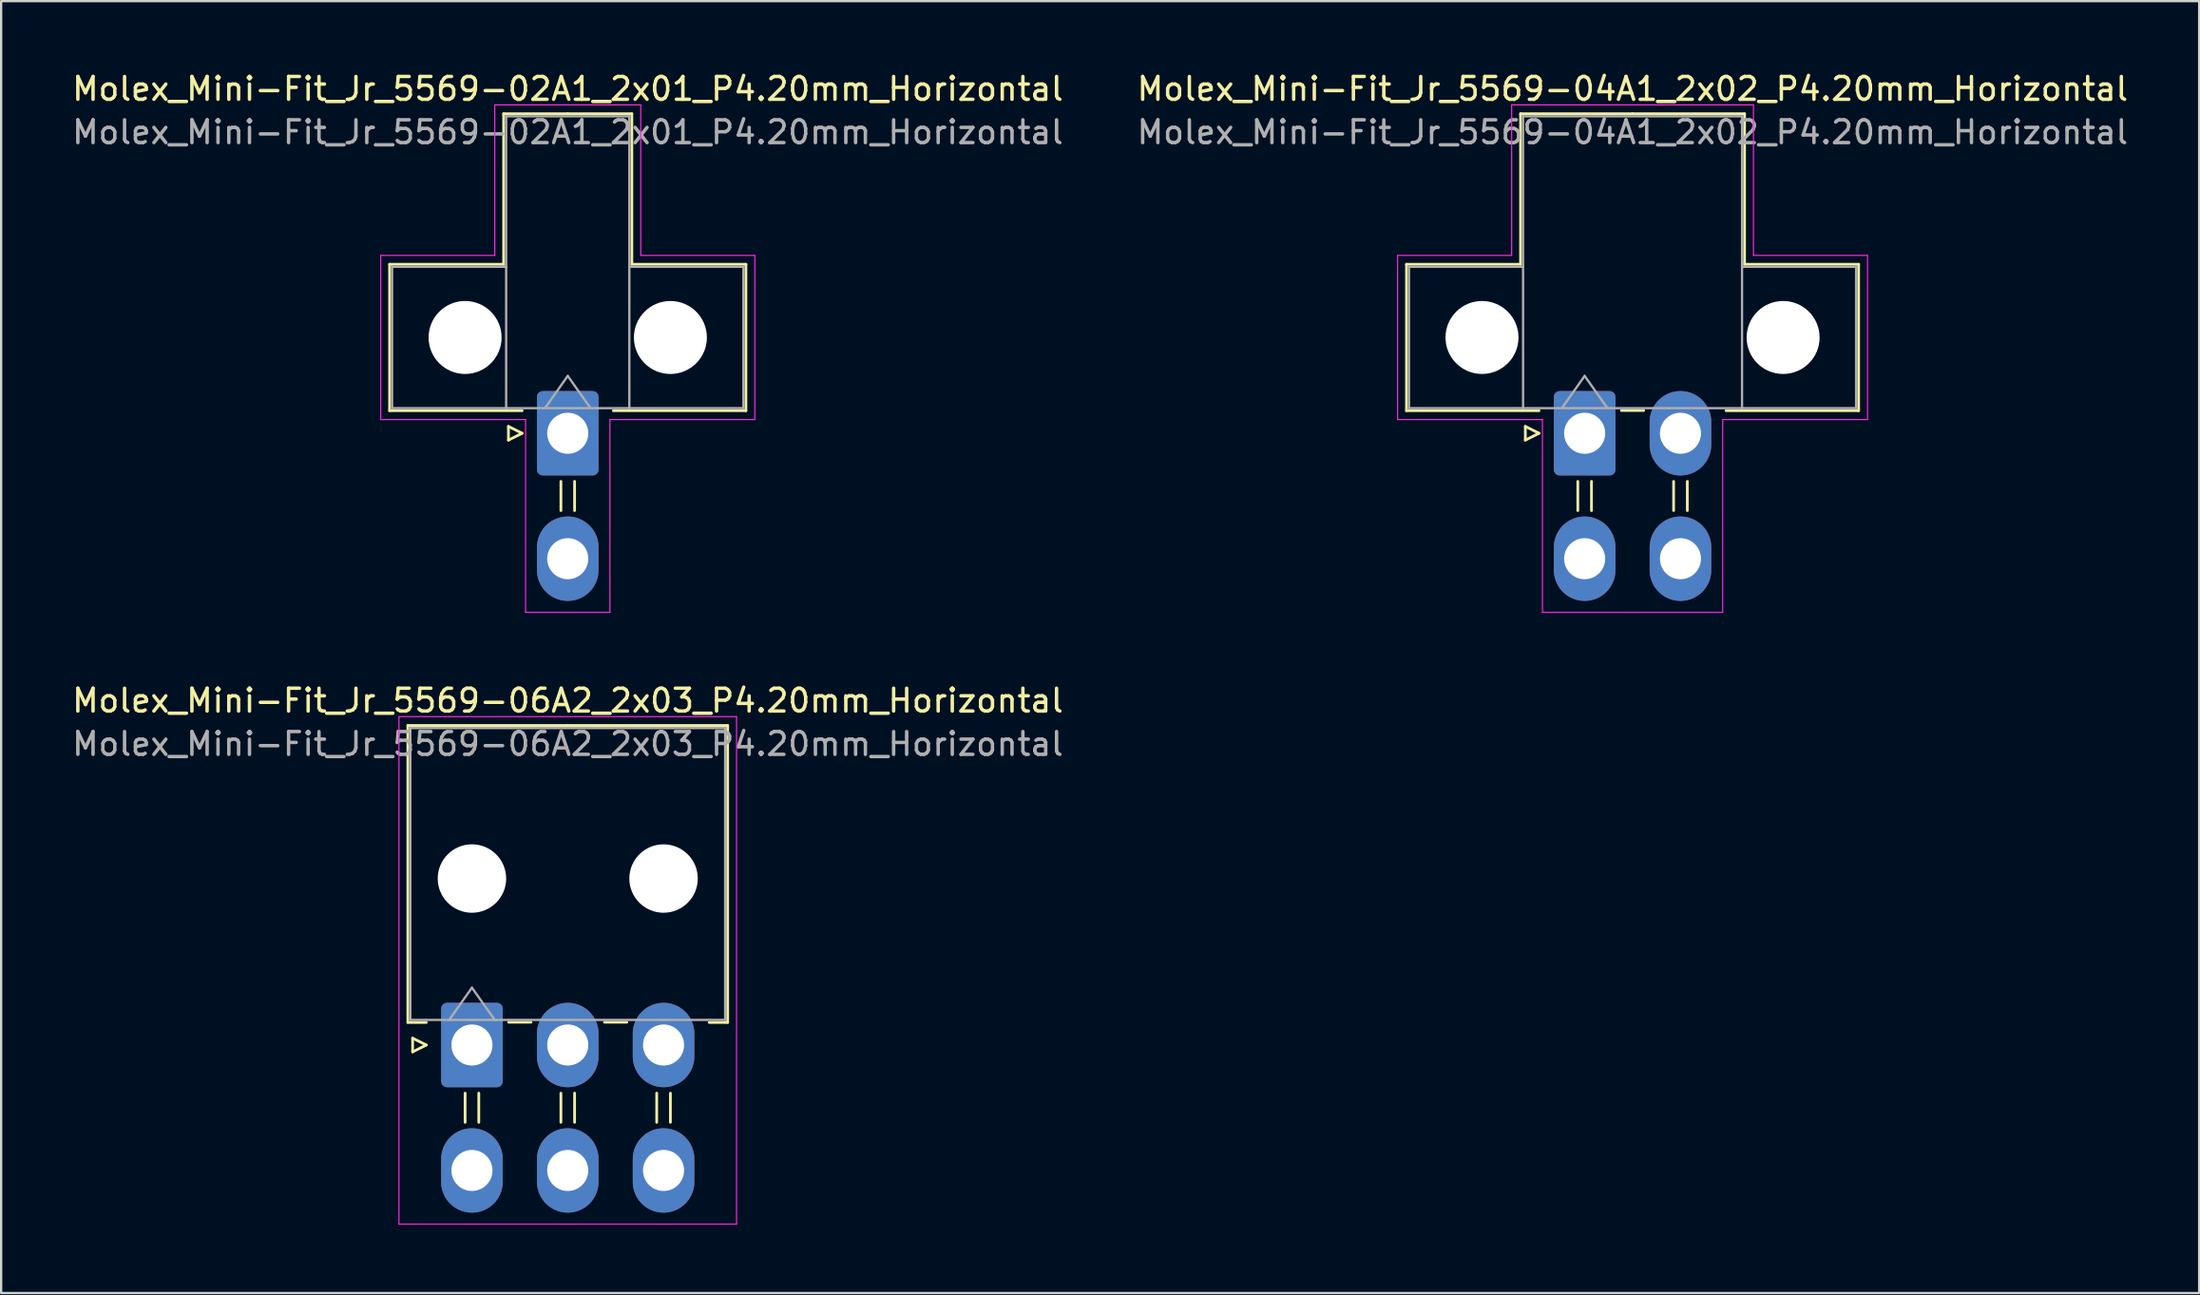
<source format=kicad_pcb>
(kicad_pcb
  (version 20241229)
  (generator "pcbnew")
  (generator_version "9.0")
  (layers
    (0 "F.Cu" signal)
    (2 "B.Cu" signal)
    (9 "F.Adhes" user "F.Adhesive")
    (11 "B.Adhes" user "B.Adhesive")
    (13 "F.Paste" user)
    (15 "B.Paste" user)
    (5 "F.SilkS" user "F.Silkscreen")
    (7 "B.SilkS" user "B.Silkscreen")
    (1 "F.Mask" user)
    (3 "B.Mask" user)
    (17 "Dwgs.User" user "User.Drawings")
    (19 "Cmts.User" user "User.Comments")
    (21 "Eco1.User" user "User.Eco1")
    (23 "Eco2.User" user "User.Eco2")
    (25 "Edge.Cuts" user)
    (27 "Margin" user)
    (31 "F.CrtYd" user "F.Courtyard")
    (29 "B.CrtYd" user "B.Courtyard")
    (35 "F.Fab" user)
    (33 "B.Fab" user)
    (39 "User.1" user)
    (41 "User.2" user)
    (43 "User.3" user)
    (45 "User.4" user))
  (footprint "Molex_Mini-Fit_Jr_5569-06A2_2x03_P4.20mm_Horizontal"
    (layer "F.Cu")
    (at 17.639 42.772)
    (property "Reference" "Molex_Mini-Fit_Jr_5569-06A2_2x03_P4.20mm_Horizontal" (at 4.2 -15.1 0) (layer "F.SilkS") (effects (font (size 1 1) (thickness 0.15))))
    (attr through_hole)
    (fp_line (start -2.81 -14.01) (end 4.2 -14.01) (stroke (width 0.12) (type solid)) (layer "F.SilkS"))
    (fp_line (start -2.81 -0.99) (end -2.81 -14.01) (stroke (width 0.12) (type solid)) (layer "F.SilkS"))
    (fp_line (start -2.6 -0.3) (end -2 0) (stroke (width 0.12) (type solid)) (layer "F.SilkS"))
    (fp_line (start -2.6 0.3) (end -2.6 -0.3) (stroke (width 0.12) (type solid)) (layer "F.SilkS"))
    (fp_line (start -2 -0.99) (end -2.81 -0.99) (stroke (width 0.12) (type solid)) (layer "F.SilkS"))
    (fp_line (start -2 0) (end -2.6 0.3) (stroke (width 0.12) (type solid)) (layer "F.SilkS"))
    (fp_line (start -0.3 2.11) (end -0.3 3.39) (stroke (width 0.12) (type solid)) (layer "F.SilkS"))
    (fp_line (start 0.3 2.11) (end 0.3 3.39) (stroke (width 0.12) (type solid)) (layer "F.SilkS"))
    (fp_line (start 1.61 -1) (end 2.59 -1) (stroke (width 0.12) (type solid)) (layer "F.SilkS"))
    (fp_line (start 3.9 2.11) (end 3.9 3.39) (stroke (width 0.12) (type solid)) (layer "F.SilkS"))
    (fp_line (start 4.5 2.11) (end 4.5 3.39) (stroke (width 0.12) (type solid)) (layer "F.SilkS"))
    (fp_line (start 5.81 -1) (end 6.79 -1) (stroke (width 0.12) (type solid)) (layer "F.SilkS"))
    (fp_line (start 8.1 2.11) (end 8.1 3.39) (stroke (width 0.12) (type solid)) (layer "F.SilkS"))
    (fp_line (start 8.7 2.11) (end 8.7 3.39) (stroke (width 0.12) (type solid)) (layer "F.SilkS"))
    (fp_line (start 10.4 -0.99) (end 11.21 -0.99) (stroke (width 0.12) (type solid)) (layer "F.SilkS"))
    (fp_line (start 11.21 -14.01) (end 4.2 -14.01) (stroke (width 0.12) (type solid)) (layer "F.SilkS"))
    (fp_line (start 11.21 -0.99) (end 11.21 -14.01) (stroke (width 0.12) (type solid)) (layer "F.SilkS"))
    (fp_line (start -3.2 -14.4) (end -3.2 7.85) (stroke (width 0.05) (type solid)) (layer "F.CrtYd"))
    (fp_line (start -3.2 7.85) (end 11.6 7.85) (stroke (width 0.05) (type solid)) (layer "F.CrtYd"))
    (fp_line (start 11.6 -14.4) (end -3.2 -14.4) (stroke (width 0.05) (type solid)) (layer "F.CrtYd"))
    (fp_line (start 11.6 7.85) (end 11.6 -14.4) (stroke (width 0.05) (type solid)) (layer "F.CrtYd"))
    (fp_line (start -2.7 -13.9) (end -2.7 -1.1) (stroke (width 0.1) (type solid)) (layer "F.Fab"))
    (fp_line (start -2.7 -1.1) (end 11.1 -1.1) (stroke (width 0.1) (type solid)) (layer "F.Fab"))
    (fp_line (start -1 -1.1) (end 0 -2.514) (stroke (width 0.1) (type solid)) (layer "F.Fab"))
    (fp_line (start 0 -2.514) (end 1 -1.1) (stroke (width 0.1) (type solid)) (layer "F.Fab"))
    (fp_line (start 11.1 -13.9) (end -2.7 -13.9) (stroke (width 0.1) (type solid)) (layer "F.Fab"))
    (fp_line (start 11.1 -1.1) (end 11.1 -13.9) (stroke (width 0.1) (type solid)) (layer "F.Fab"))
    (fp_text user "${REFERENCE}" (at 4.2 -13.2 0) (layer "F.Fab") (effects (font (size 1 1) (thickness 0.15))))
    (pad "" np_thru_hole circle (at 0 -7.3) (size 3 3) (drill 3) (layers "*.Cu" "*.Mask"))
    (pad "" np_thru_hole circle (at 8.4 -7.3) (size 3 3) (drill 3) (layers "*.Cu" "*.Mask"))
    (pad "1" thru_hole roundrect (at 0 0) (size 2.7 3.7) (drill 1.8) (layers "*.Cu" "*.Mask") (roundrect_rratio 0.093))
    (pad "2" thru_hole oval (at 4.2 0) (size 2.7 3.7) (drill 1.8) (layers "*.Cu" "*.Mask"))
    (pad "3" thru_hole oval (at 8.4 0) (size 2.7 3.7) (drill 1.8) (layers "*.Cu" "*.Mask"))
    (pad "4" thru_hole oval (at 0 5.5) (size 2.7 3.7) (drill 1.8) (layers "*.Cu" "*.Mask"))
    (pad "5" thru_hole oval (at 4.2 5.5) (size 2.7 3.7) (drill 1.8) (layers "*.Cu" "*.Mask"))
    (pad "6" thru_hole oval (at 8.4 5.5) (size 2.7 3.7) (drill 1.8) (layers "*.Cu" "*.Mask")))
  (footprint "Molex_Mini-Fit_Jr_5569-02A1_2x01_P4.20mm_Horizontal"
    (layer "F.Cu")
    (at 21.839 15.948)
    (property "Reference" "Molex_Mini-Fit_Jr_5569-02A1_2x01_P4.20mm_Horizontal" (at 0 -15.1 0) (layer "F.SilkS") (effects (font (size 1 1) (thickness 0.15))))
    (attr through_hole)
    (fp_line (start -7.81 -7.41) (end -7.81 -0.99) (stroke (width 0.12) (type solid)) (layer "F.SilkS"))
    (fp_line (start -7.81 -0.99) (end -2 -0.99) (stroke (width 0.12) (type solid)) (layer "F.SilkS"))
    (fp_line (start -2.81 -14.01) (end -2.81 -7.41) (stroke (width 0.12) (type solid)) (layer "F.SilkS"))
    (fp_line (start -2.81 -7.41) (end -7.81 -7.41) (stroke (width 0.12) (type solid)) (layer "F.SilkS"))
    (fp_line (start -2.6 -0.3) (end -2 0) (stroke (width 0.12) (type solid)) (layer "F.SilkS"))
    (fp_line (start -2.6 0.3) (end -2.6 -0.3) (stroke (width 0.12) (type solid)) (layer "F.SilkS"))
    (fp_line (start -2 0) (end -2.6 0.3) (stroke (width 0.12) (type solid)) (layer "F.SilkS"))
    (fp_line (start -0.3 2.11) (end -0.3 3.39) (stroke (width 0.12) (type solid)) (layer "F.SilkS"))
    (fp_line (start 0 -14.01) (end -2.81 -14.01) (stroke (width 0.12) (type solid)) (layer "F.SilkS"))
    (fp_line (start 0 -14.01) (end 2.81 -14.01) (stroke (width 0.12) (type solid)) (layer "F.SilkS"))
    (fp_line (start 0.3 2.11) (end 0.3 3.39) (stroke (width 0.12) (type solid)) (layer "F.SilkS"))
    (fp_line (start 2.81 -14.01) (end 2.81 -7.41) (stroke (width 0.12) (type solid)) (layer "F.SilkS"))
    (fp_line (start 2.81 -7.41) (end 7.81 -7.41) (stroke (width 0.12) (type solid)) (layer "F.SilkS"))
    (fp_line (start 7.81 -7.41) (end 7.81 -0.99) (stroke (width 0.12) (type solid)) (layer "F.SilkS"))
    (fp_line (start 7.81 -0.99) (end 2 -0.99) (stroke (width 0.12) (type solid)) (layer "F.SilkS"))
    (fp_line (start -8.2 -7.8) (end -8.2 -0.6) (stroke (width 0.05) (type solid)) (layer "F.CrtYd"))
    (fp_line (start -8.2 -0.6) (end -1.85 -0.6) (stroke (width 0.05) (type solid)) (layer "F.CrtYd"))
    (fp_line (start -3.2 -14.4) (end -3.2 -7.8) (stroke (width 0.05) (type solid)) (layer "F.CrtYd"))
    (fp_line (start -3.2 -7.8) (end -8.2 -7.8) (stroke (width 0.05) (type solid)) (layer "F.CrtYd"))
    (fp_line (start -1.85 -0.6) (end -1.85 7.85) (stroke (width 0.05) (type solid)) (layer "F.CrtYd"))
    (fp_line (start -1.85 7.85) (end 0 7.85) (stroke (width 0.05) (type solid)) (layer "F.CrtYd"))
    (fp_line (start 0 -14.4) (end -3.2 -14.4) (stroke (width 0.05) (type solid)) (layer "F.CrtYd"))
    (fp_line (start 0 -14.4) (end 3.2 -14.4) (stroke (width 0.05) (type solid)) (layer "F.CrtYd"))
    (fp_line (start 1.85 -0.6) (end 1.85 7.85) (stroke (width 0.05) (type solid)) (layer "F.CrtYd"))
    (fp_line (start 1.85 7.85) (end 0 7.85) (stroke (width 0.05) (type solid)) (layer "F.CrtYd"))
    (fp_line (start 3.2 -14.4) (end 3.2 -7.8) (stroke (width 0.05) (type solid)) (layer "F.CrtYd"))
    (fp_line (start 3.2 -7.8) (end 8.2 -7.8) (stroke (width 0.05) (type solid)) (layer "F.CrtYd"))
    (fp_line (start 8.2 -7.8) (end 8.2 -0.6) (stroke (width 0.05) (type solid)) (layer "F.CrtYd"))
    (fp_line (start 8.2 -0.6) (end 1.85 -0.6) (stroke (width 0.05) (type solid)) (layer "F.CrtYd"))
    (fp_line (start -7.7 -7.3) (end -7.7 -1.1) (stroke (width 0.1) (type solid)) (layer "F.Fab"))
    (fp_line (start -7.7 -1.1) (end -2.7 -1.1) (stroke (width 0.1) (type solid)) (layer "F.Fab"))
    (fp_line (start -2.7 -13.9) (end -2.7 -1.1) (stroke (width 0.1) (type solid)) (layer "F.Fab"))
    (fp_line (start -2.7 -7.3) (end -7.7 -7.3) (stroke (width 0.1) (type solid)) (layer "F.Fab"))
    (fp_line (start -2.7 -1.1) (end 2.7 -1.1) (stroke (width 0.1) (type solid)) (layer "F.Fab"))
    (fp_line (start -1 -1.1) (end 0 -2.514) (stroke (width 0.1) (type solid)) (layer "F.Fab"))
    (fp_line (start 0 -2.514) (end 1 -1.1) (stroke (width 0.1) (type solid)) (layer "F.Fab"))
    (fp_line (start 2.7 -13.9) (end -2.7 -13.9) (stroke (width 0.1) (type solid)) (layer "F.Fab"))
    (fp_line (start 2.7 -7.3) (end 7.7 -7.3) (stroke (width 0.1) (type solid)) (layer "F.Fab"))
    (fp_line (start 2.7 -1.1) (end 2.7 -13.9) (stroke (width 0.1) (type solid)) (layer "F.Fab"))
    (fp_line (start 7.7 -7.3) (end 7.7 -1.1) (stroke (width 0.1) (type solid)) (layer "F.Fab"))
    (fp_line (start 7.7 -1.1) (end 2.7 -1.1) (stroke (width 0.1) (type solid)) (layer "F.Fab"))
    (fp_text user "${REFERENCE}" (at 0 -13.2 0) (layer "F.Fab") (effects (font (size 1 1) (thickness 0.15))))
    (pad "" np_thru_hole circle (at -4.5 -4.2) (size 3.2 3.2) (drill 3.2) (layers "*.Cu" "*.Mask"))
    (pad "" np_thru_hole circle (at 4.5 -4.2) (size 3.2 3.2) (drill 3.2) (layers "*.Cu" "*.Mask"))
    (pad "1" thru_hole roundrect (at 0 0) (size 2.7 3.7) (drill 1.8) (layers "*.Cu" "*.Mask") (roundrect_rratio 0.093))
    (pad "2" thru_hole oval (at 0 5.5) (size 2.7 3.7) (drill 1.8) (layers "*.Cu" "*.Mask")))
  (footprint "Molex_Mini-Fit_Jr_5569-04A1_2x02_P4.20mm_Horizontal"
    (layer "F.Cu")
    (at 66.418 15.948)
    (property "Reference" "Molex_Mini-Fit_Jr_5569-04A1_2x02_P4.20mm_Horizontal" (at 2.1 -15.1 0) (layer "F.SilkS") (effects (font (size 1 1) (thickness 0.15))))
    (attr through_hole)
    (fp_line (start -7.81 -7.41) (end -7.81 -0.99) (stroke (width 0.12) (type solid)) (layer "F.SilkS"))
    (fp_line (start -7.81 -0.99) (end -2 -0.99) (stroke (width 0.12) (type solid)) (layer "F.SilkS"))
    (fp_line (start -2.81 -14.01) (end -2.81 -7.41) (stroke (width 0.12) (type solid)) (layer "F.SilkS"))
    (fp_line (start -2.81 -7.41) (end -7.81 -7.41) (stroke (width 0.12) (type solid)) (layer "F.SilkS"))
    (fp_line (start -2.6 -0.3) (end -2 0) (stroke (width 0.12) (type solid)) (layer "F.SilkS"))
    (fp_line (start -2.6 0.3) (end -2.6 -0.3) (stroke (width 0.12) (type solid)) (layer "F.SilkS"))
    (fp_line (start -2 0) (end -2.6 0.3) (stroke (width 0.12) (type solid)) (layer "F.SilkS"))
    (fp_line (start -0.3 2.11) (end -0.3 3.39) (stroke (width 0.12) (type solid)) (layer "F.SilkS"))
    (fp_line (start 0.3 2.11) (end 0.3 3.39) (stroke (width 0.12) (type solid)) (layer "F.SilkS"))
    (fp_line (start 1.61 -1) (end 2.59 -1) (stroke (width 0.12) (type solid)) (layer "F.SilkS"))
    (fp_line (start 2.1 -14.01) (end -2.81 -14.01) (stroke (width 0.12) (type solid)) (layer "F.SilkS"))
    (fp_line (start 2.1 -14.01) (end 7.01 -14.01) (stroke (width 0.12) (type solid)) (layer "F.SilkS"))
    (fp_line (start 3.9 2.11) (end 3.9 3.39) (stroke (width 0.12) (type solid)) (layer "F.SilkS"))
    (fp_line (start 4.5 2.11) (end 4.5 3.39) (stroke (width 0.12) (type solid)) (layer "F.SilkS"))
    (fp_line (start 7.01 -14.01) (end 7.01 -7.41) (stroke (width 0.12) (type solid)) (layer "F.SilkS"))
    (fp_line (start 7.01 -7.41) (end 12.01 -7.41) (stroke (width 0.12) (type solid)) (layer "F.SilkS"))
    (fp_line (start 12.01 -7.41) (end 12.01 -0.99) (stroke (width 0.12) (type solid)) (layer "F.SilkS"))
    (fp_line (start 12.01 -0.99) (end 6.2 -0.99) (stroke (width 0.12) (type solid)) (layer "F.SilkS"))
    (fp_line (start -8.2 -7.8) (end -8.2 -0.6) (stroke (width 0.05) (type solid)) (layer "F.CrtYd"))
    (fp_line (start -8.2 -0.6) (end -1.85 -0.6) (stroke (width 0.05) (type solid)) (layer "F.CrtYd"))
    (fp_line (start -3.2 -14.4) (end -3.2 -7.8) (stroke (width 0.05) (type solid)) (layer "F.CrtYd"))
    (fp_line (start -3.2 -7.8) (end -8.2 -7.8) (stroke (width 0.05) (type solid)) (layer "F.CrtYd"))
    (fp_line (start -1.85 -0.6) (end -1.85 7.85) (stroke (width 0.05) (type solid)) (layer "F.CrtYd"))
    (fp_line (start -1.85 7.85) (end 2.1 7.85) (stroke (width 0.05) (type solid)) (layer "F.CrtYd"))
    (fp_line (start 2.1 -14.4) (end -3.2 -14.4) (stroke (width 0.05) (type solid)) (layer "F.CrtYd"))
    (fp_line (start 2.1 -14.4) (end 7.4 -14.4) (stroke (width 0.05) (type solid)) (layer "F.CrtYd"))
    (fp_line (start 6.05 -0.6) (end 6.05 7.85) (stroke (width 0.05) (type solid)) (layer "F.CrtYd"))
    (fp_line (start 6.05 7.85) (end 2.1 7.85) (stroke (width 0.05) (type solid)) (layer "F.CrtYd"))
    (fp_line (start 7.4 -14.4) (end 7.4 -7.8) (stroke (width 0.05) (type solid)) (layer "F.CrtYd"))
    (fp_line (start 7.4 -7.8) (end 12.4 -7.8) (stroke (width 0.05) (type solid)) (layer "F.CrtYd"))
    (fp_line (start 12.4 -7.8) (end 12.4 -0.6) (stroke (width 0.05) (type solid)) (layer "F.CrtYd"))
    (fp_line (start 12.4 -0.6) (end 6.05 -0.6) (stroke (width 0.05) (type solid)) (layer "F.CrtYd"))
    (fp_line (start -7.7 -7.3) (end -7.7 -1.1) (stroke (width 0.1) (type solid)) (layer "F.Fab"))
    (fp_line (start -7.7 -1.1) (end -2.7 -1.1) (stroke (width 0.1) (type solid)) (layer "F.Fab"))
    (fp_line (start -2.7 -13.9) (end -2.7 -1.1) (stroke (width 0.1) (type solid)) (layer "F.Fab"))
    (fp_line (start -2.7 -7.3) (end -7.7 -7.3) (stroke (width 0.1) (type solid)) (layer "F.Fab"))
    (fp_line (start -2.7 -1.1) (end 6.9 -1.1) (stroke (width 0.1) (type solid)) (layer "F.Fab"))
    (fp_line (start -1 -1.1) (end 0 -2.514) (stroke (width 0.1) (type solid)) (layer "F.Fab"))
    (fp_line (start 0 -2.514) (end 1 -1.1) (stroke (width 0.1) (type solid)) (layer "F.Fab"))
    (fp_line (start 6.9 -13.9) (end -2.7 -13.9) (stroke (width 0.1) (type solid)) (layer "F.Fab"))
    (fp_line (start 6.9 -7.3) (end 11.9 -7.3) (stroke (width 0.1) (type solid)) (layer "F.Fab"))
    (fp_line (start 6.9 -1.1) (end 6.9 -13.9) (stroke (width 0.1) (type solid)) (layer "F.Fab"))
    (fp_line (start 11.9 -7.3) (end 11.9 -1.1) (stroke (width 0.1) (type solid)) (layer "F.Fab"))
    (fp_line (start 11.9 -1.1) (end 6.9 -1.1) (stroke (width 0.1) (type solid)) (layer "F.Fab"))
    (fp_text user "${REFERENCE}" (at 2.1 -13.2 0) (layer "F.Fab") (effects (font (size 1 1) (thickness 0.15))))
    (pad "" np_thru_hole circle (at -4.5 -4.2) (size 3.2 3.2) (drill 3.2) (layers "*.Cu" "*.Mask"))
    (pad "" np_thru_hole circle (at 8.7 -4.2) (size 3.2 3.2) (drill 3.2) (layers "*.Cu" "*.Mask"))
    (pad "1" thru_hole roundrect (at 0 0) (size 2.7 3.7) (drill 1.8) (layers "*.Cu" "*.Mask") (roundrect_rratio 0.093))
    (pad "2" thru_hole oval (at 4.2 0) (size 2.7 3.7) (drill 1.8) (layers "*.Cu" "*.Mask"))
    (pad "3" thru_hole oval (at 0 5.5) (size 2.7 3.7) (drill 1.8) (layers "*.Cu" "*.Mask"))
    (pad "4" thru_hole oval (at 4.2 5.5) (size 2.7 3.7) (drill 1.8) (layers "*.Cu" "*.Mask")))
  (gr_rect
    (start -3 -3)
    (end 93.357 53.647)
    (stroke (width 0.1) (type default))
    (fill no)
    (layer "Edge.Cuts")))
</source>
